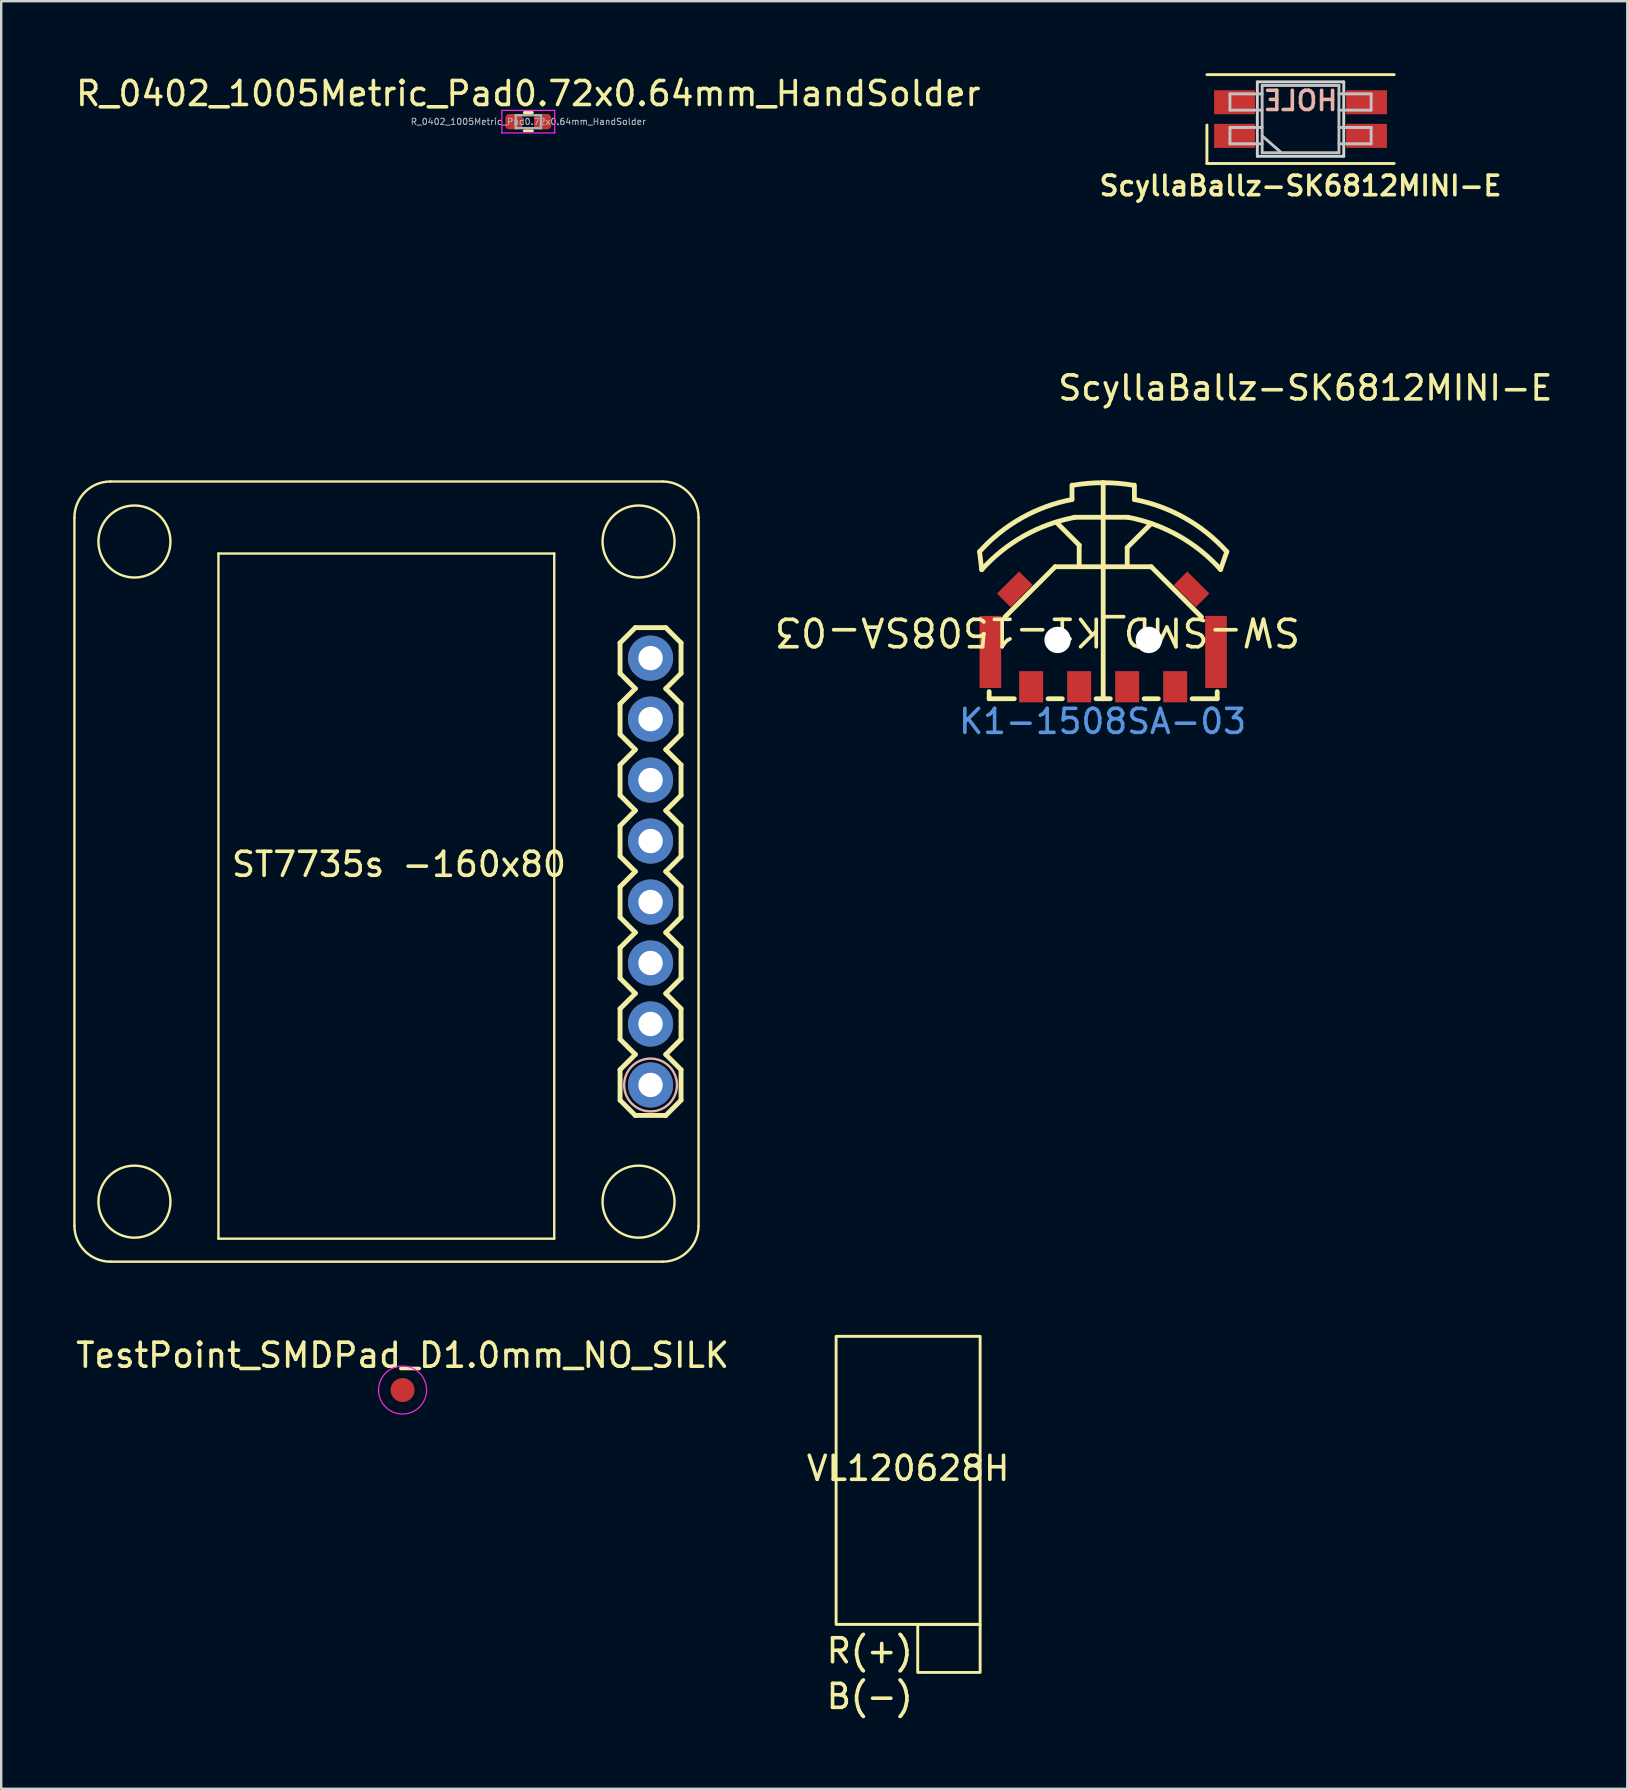
<source format=kicad_pcb>
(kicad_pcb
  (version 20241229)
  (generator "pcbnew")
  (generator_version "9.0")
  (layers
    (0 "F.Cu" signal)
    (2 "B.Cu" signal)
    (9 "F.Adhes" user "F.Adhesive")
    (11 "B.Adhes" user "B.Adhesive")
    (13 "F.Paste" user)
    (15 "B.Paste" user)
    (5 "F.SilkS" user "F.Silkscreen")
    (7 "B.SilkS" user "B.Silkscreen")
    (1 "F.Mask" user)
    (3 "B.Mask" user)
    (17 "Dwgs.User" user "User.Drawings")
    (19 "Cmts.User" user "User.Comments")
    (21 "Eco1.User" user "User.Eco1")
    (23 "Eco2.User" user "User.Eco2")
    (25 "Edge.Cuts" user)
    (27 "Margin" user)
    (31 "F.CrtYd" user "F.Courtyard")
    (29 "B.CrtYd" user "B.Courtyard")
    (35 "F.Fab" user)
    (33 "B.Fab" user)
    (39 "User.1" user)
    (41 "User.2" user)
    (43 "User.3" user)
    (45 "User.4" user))
  (footprint "VL120628H"
    (layer "F.Cu")
    (at 34.78 58.618)
    (property "Reference" "VL120628H" (at 0 -0.5 0) (unlocked yes) (layer "F.SilkS") (effects (font (size 1 1) (thickness 0.15))))
    (fp_rect (start -3 -6) (end 3 6) (stroke (width 0.12) (type solid)) (fill no) (layer "F.SilkS"))
    (fp_rect (start 3 6) (end 0.4 8) (stroke (width 0.12) (type solid)) (fill no) (layer "F.SilkS"))
    (fp_text user "R(+)" (at -1.6 7.1 0) (unlocked yes) (layer "F.SilkS") (effects (font (size 1 1) (thickness 0.15))))
    (fp_text user "B(-)" (at -1.6 9 0) (unlocked yes) (layer "F.SilkS") (effects (font (size 1 1) (thickness 0.15)))))
  (footprint "TestPoint_SMDPad_D1.0mm_NO_SILK"
    (layer "F.Cu")
    (at 13.72 54.855)
    (property "Reference" "TestPoint_SMDPad_D1.0mm_NO_SILK" (at 0 -1.448 0) (layer "F.SilkS") (effects (font (size 1 1) (thickness 0.15))))
    (attr exclude_from_pos_files exclude_from_bom)
    (fp_circle (center 0 0) (end 1 0) (stroke (width 0.05) (type solid)) (fill no) (layer "F.CrtYd"))
    (pad "1" smd circle (at 0 0 180) (size 1 1) (layers "F.Cu" "F.Mask")))
  (footprint "ScyllaBallz-SK6812MINI-E"
    (layer "F.Cu")
    (at 51.127 1.91)
    (property "Reference" "ScyllaBallz-SK6812MINI-E" (at 0.2 11.2 0) (layer "F.SilkS") (effects (font (size 1 1) (thickness 0.15))))
    (attr through_hole)
    (fp_line (start -3.9 0.25) (end -3.9 1.85) (stroke (width 0.12) (type solid)) (layer "F.SilkS"))
    (fp_line (start -3.9 1.85) (end 3.9 1.85) (stroke (width 0.12) (type solid)) (layer "F.SilkS"))
    (fp_line (start 3.9 -1.85) (end -3.9 -1.85) (stroke (width 0.12) (type solid)) (layer "F.SilkS"))
    (fp_line (start -2.94 -1.05) (end -2.94 -0.37) (stroke (width 0.12) (type solid)) (layer "Dwgs.User"))
    (fp_line (start -2.94 -0.37) (end -1.6 -0.37) (stroke (width 0.12) (type solid)) (layer "Dwgs.User"))
    (fp_line (start -2.94 0.35) (end -2.94 1.03) (stroke (width 0.12) (type solid)) (layer "Dwgs.User"))
    (fp_line (start -2.94 1.03) (end -1.6 1.03) (stroke (width 0.12) (type solid)) (layer "Dwgs.User"))
    (fp_line (start -1.6 -1.4) (end -1.6 1.4) (stroke (width 0.12) (type solid)) (layer "Dwgs.User"))
    (fp_line (start -1.6 -1.4) (end 1.6 -1.4) (stroke (width 0.12) (type solid)) (layer "Dwgs.User"))
    (fp_line (start -1.6 -1.05) (end -2.94 -1.05) (stroke (width 0.12) (type solid)) (layer "Dwgs.User"))
    (fp_line (start -1.6 0.35) (end -2.94 0.35) (stroke (width 0.12) (type solid)) (layer "Dwgs.User"))
    (fp_line (start -1.6 0.7) (end -0.8 1.4) (stroke (width 0.12) (type solid)) (layer "Dwgs.User"))
    (fp_line (start -1.6 1.4) (end 1.6 1.4) (stroke (width 0.12) (type solid)) (layer "Dwgs.User"))
    (fp_line (start 1.6 -1.4) (end 1.6 1.4) (stroke (width 0.12) (type solid)) (layer "Dwgs.User"))
    (fp_line (start 1.6 -0.37) (end 2.94 -0.37) (stroke (width 0.12) (type solid)) (layer "Dwgs.User"))
    (fp_line (start 1.6 1.03) (end 2.94 1.03) (stroke (width 0.12) (type solid)) (layer "Dwgs.User"))
    (fp_line (start 2.94 -1.05) (end 1.6 -1.05) (stroke (width 0.12) (type solid)) (layer "Dwgs.User"))
    (fp_line (start 2.94 -0.37) (end 2.94 -1.05) (stroke (width 0.12) (type solid)) (layer "Dwgs.User"))
    (fp_line (start 2.94 0.35) (end 1.6 0.35) (stroke (width 0.12) (type solid)) (layer "Dwgs.User"))
    (fp_line (start 2.94 1.03) (end 2.94 0.35) (stroke (width 0.12) (type solid)) (layer "Dwgs.User"))
    (fp_line (start -1.8 -1.55) (end -1.8 1.55) (stroke (width 0.12) (type solid)) (layer "Edge.Cuts"))
    (fp_line (start -1.8 1.55) (end 1.8 1.55) (stroke (width 0.12) (type solid)) (layer "Edge.Cuts"))
    (fp_line (start 1.8 -1.55) (end -1.8 -1.55) (stroke (width 0.12) (type solid)) (layer "Edge.Cuts"))
    (fp_line (start 1.8 1.55) (end 1.8 -1.55) (stroke (width 0.12) (type solid)) (layer "Edge.Cuts"))
    (fp_text user "${REFERENCE}" (at 0 2.781 0) (layer "F.SilkS") (effects (font (size 0.813 0.813) (thickness 0.152))))
    (fp_text user "HOLE" (at 0 -0.762 0) (layer "B.SilkS") (effects (font (size 0.8 0.8) (thickness 0.15)) (justify mirror)))
    (pad "1" smd rect (at -2.75 0.7) (size 1.7 1) (layers "F.Cu" "F.Mask" "F.Paste"))
    (pad "2" smd rect (at -2.75 -0.7) (size 1.7 1) (layers "F.Cu" "F.Mask" "F.Paste"))
    (pad "3" smd rect (at 2.75 -0.7) (size 1.7 1) (layers "F.Cu" "F.Mask" "F.Paste"))
    (pad "4" smd rect (at 2.75 0.7) (size 1.7 1) (layers "F.Cu" "F.Mask" "F.Paste")))
  (footprint "SW-SMD_K1-1508SA-03"
    (layer "F.Cu")
    (at 42.906 23.528)
    (property "Reference" "SW-SMD_K1-1508SA-03" (at 8.301 -0.259 180) (unlocked yes) (layer "F.SilkS") (effects (font (size 1.143 1.143) (thickness 0.152)) (justify left)))
    (attr smd)
    (fp_line (start -5.15 -3.597) (end -5.06 -2.847) (stroke (width 0.2) (type solid)) (layer "F.SilkS"))
    (fp_line (start -4.75 2.53) (end -4.75 2.234) (stroke (width 0.2) (type solid)) (layer "F.SilkS"))
    (fp_line (start -4.75 2.53) (end -3.704 2.53) (stroke (width 0.2) (type solid)) (layer "F.SilkS"))
    (fp_line (start -2.296 2.53) (end -1.704 2.53) (stroke (width 0.2) (type solid)) (layer "F.SilkS"))
    (fp_line (start -2 -2.97) (end -4.097 -0.873) (stroke (width 0.2) (type solid)) (layer "F.SilkS"))
    (fp_line (start -2 -2.97) (end 2 -2.97) (stroke (width 0.2) (type solid)) (layer "F.SilkS"))
    (fp_line (start -1.95 -4.82) (end -1 -3.87) (stroke (width 0.2) (type solid)) (layer "F.SilkS"))
    (fp_line (start -1.3 -6.37) (end -1.3 -5.77) (stroke (width 0.2) (type solid)) (layer "F.SilkS"))
    (fp_line (start -1.201 -5.029) (end 1.04 -5.029) (stroke (width 0.2) (type solid)) (layer "F.SilkS"))
    (fp_line (start -1 -3.87) (end -1 -2.97) (stroke (width 0.2) (type solid)) (layer "F.SilkS"))
    (fp_line (start -0.296 2.53) (end 0.296 2.53) (stroke (width 0.2) (type solid)) (layer "F.SilkS"))
    (fp_line (start 0 2.53) (end 0 -6.47) (stroke (width 0.2) (type solid)) (layer "F.SilkS"))
    (fp_line (start 1 -3.77) (end 2 -4.77) (stroke (width 0.2) (type solid)) (layer "F.SilkS"))
    (fp_line (start 1 -2.97) (end 1 -3.77) (stroke (width 0.2) (type solid)) (layer "F.SilkS"))
    (fp_line (start 1.3 -6.37) (end 1.3 -5.77) (stroke (width 0.2) (type solid)) (layer "F.SilkS"))
    (fp_line (start 1.704 2.53) (end 2.296 2.53) (stroke (width 0.2) (type solid)) (layer "F.SilkS"))
    (fp_line (start 2 -2.97) (end 4.097 -0.873) (stroke (width 0.2) (type solid)) (layer "F.SilkS"))
    (fp_line (start 3.704 2.53) (end 4.75 2.53) (stroke (width 0.2) (type solid)) (layer "F.SilkS"))
    (fp_line (start 4.75 2.53) (end 4.75 2.234) (stroke (width 0.2) (type solid)) (layer "F.SilkS"))
    (fp_line (start 5.149 -3.596) (end 4.89 -2.856) (stroke (width 0.2) (type solid)) (layer "F.SilkS"))
    (fp_arc (start -5.15 -3.597) (mid -3.403025 -4.999183) (end -1.299783 -5.770161) (stroke (width 0.2) (type solid)) (layer "F.SilkS"))
    (fp_arc (start -5.06 -2.847) (mid -3.313026 -4.249183) (end -1.209783 -5.020161) (stroke (width 0.2) (type solid)) (layer "F.SilkS"))
    (fp_arc (start -1.274 -6.361) (mid -0.63914 -6.442629) (end 0.000369 -6.469827) (stroke (width 0.2) (type solid)) (layer "F.SilkS"))
    (fp_arc (start -1.21 -5.02) (mid -1.207364 -5.026364) (end -1.201 -5.029) (stroke (width 0.2) (type solid)) (layer "F.SilkS"))
    (fp_arc (start 0 -6.47) (mid 0.639453 -6.44269) (end 1.274249 -6.36096) (stroke (width 0.2) (type solid)) (layer "F.SilkS"))
    (fp_arc (start 1.04 -5.029) (mid 3.143127 -4.257991) (end 4.889994 -2.85583) (stroke (width 0.2) (type solid)) (layer "F.SilkS"))
    (fp_arc (start 1.299 -5.77) (mid 3.402499 -4.998909) (end 5.14968 -3.596537) (stroke (width 0.2) (type solid)) (layer "F.SilkS"))
    (fp_text user "K1-1508SA-03" (at -0.025 3.475 180) (layer "Cmts.User") (effects (font (size 1 1) (thickness 0.15))))
    (pad "" np_thru_hole circle (at -1.9 0.08) (size 1.1 1.1) (drill 1.1) (layers "*.Cu" "*.Mask"))
    (pad "" np_thru_hole circle (at 1.9 0.08) (size 1.1 1.1) (drill 1.1) (layers "*.Cu" "*.Mask"))
    (pad "1" smd rect (at -3 2.03 270) (size 1.3 1) (layers "F.Cu" "F.Mask" "F.Paste"))
    (pad "2" smd rect (at 3 2.03 270) (size 1.3 1) (layers "F.Cu" "F.Mask" "F.Paste"))
    (pad "5" smd rect (at -4.7 0.58 270) (size 3 0.9) (layers "F.Cu" "F.Mask" "F.Paste"))
    (pad "6" smd rect (at 4.7 0.58 270) (size 3 0.9) (layers "F.Cu" "F.Mask" "F.Paste"))
    (pad "7" smd rect (at -3.68 -2.03 45) (size 1.3 0.8) (layers "F.Cu" "F.Mask" "F.Paste"))
    (pad "8" smd rect (at 3.68 -2.03 135) (size 1.3 0.8) (layers "F.Cu" "F.Mask" "F.Paste"))
    (pad "C" smd rect (at -1 2.03 270) (size 1.3 1) (layers "F.Cu" "F.Mask" "F.Paste"))
    (pad "T" smd rect (at 1 2.03 270) (size 1.3 1) (layers "F.Cu" "F.Mask" "F.Paste")))
  (footprint "ST7735s -160x80"
    (layer "F.Cu")
    (at 13.57 33.456)
    (property "Reference" "ST7735s -160x80" (at 0 -0.5 0) (unlocked yes) (layer "F.SilkS") (effects (font (size 1 1) (thickness 0.15))))
    (attr smd)
    (fp_line (start -13.52 -14.948) (end -13.52 14.552) (stroke (width 0.1) (type solid)) (layer "F.SilkS"))
    (fp_line (start -12.02 16.052) (end 10.98 16.052) (stroke (width 0.1) (type solid)) (layer "F.SilkS"))
    (fp_line (start -7.52 -13.448) (end -7.52 15.093) (stroke (width 0.1) (type solid)) (layer "F.SilkS"))
    (fp_line (start -7.52 15.093) (end 6.468 15.093) (stroke (width 0.1) (type solid)) (layer "F.SilkS"))
    (fp_line (start 6.468 -13.448) (end -7.52 -13.448) (stroke (width 0.1) (type solid)) (layer "F.SilkS"))
    (fp_line (start 6.468 15.093) (end 6.468 -13.448) (stroke (width 0.1) (type solid)) (layer "F.SilkS"))
    (fp_line (start 9.21 -9.725) (end 9.845 -10.36) (stroke (width 0.203) (type solid)) (layer "F.SilkS"))
    (fp_line (start 9.21 -8.455) (end 9.21 -9.725) (stroke (width 0.203) (type solid)) (layer "F.SilkS"))
    (fp_line (start 9.21 -8.455) (end 9.845 -7.82) (stroke (width 0.203) (type solid)) (layer "F.SilkS"))
    (fp_line (start 9.21 -7.185) (end 9.845 -7.82) (stroke (width 0.203) (type solid)) (layer "F.SilkS"))
    (fp_line (start 9.21 -5.915) (end 9.21 -7.185) (stroke (width 0.203) (type solid)) (layer "F.SilkS"))
    (fp_line (start 9.21 -5.915) (end 9.845 -5.28) (stroke (width 0.203) (type solid)) (layer "F.SilkS"))
    (fp_line (start 9.21 -4.645) (end 9.845 -5.28) (stroke (width 0.203) (type solid)) (layer "F.SilkS"))
    (fp_line (start 9.21 -3.375) (end 9.21 -4.645) (stroke (width 0.203) (type solid)) (layer "F.SilkS"))
    (fp_line (start 9.21 -2.105) (end 9.845 -2.74) (stroke (width 0.203) (type solid)) (layer "F.SilkS"))
    (fp_line (start 9.21 -0.835) (end 9.21 -2.105) (stroke (width 0.203) (type solid)) (layer "F.SilkS"))
    (fp_line (start 9.21 0.435) (end 9.845 -0.2) (stroke (width 0.203) (type solid)) (layer "F.SilkS"))
    (fp_line (start 9.21 1.705) (end 9.21 0.435) (stroke (width 0.203) (type solid)) (layer "F.SilkS"))
    (fp_line (start 9.21 1.705) (end 9.845 2.34) (stroke (width 0.203) (type solid)) (layer "F.SilkS"))
    (fp_line (start 9.21 2.975) (end 9.845 2.34) (stroke (width 0.203) (type solid)) (layer "F.SilkS"))
    (fp_line (start 9.21 4.245) (end 9.21 2.975) (stroke (width 0.203) (type solid)) (layer "F.SilkS"))
    (fp_line (start 9.21 5.515) (end 9.845 4.88) (stroke (width 0.203) (type solid)) (layer "F.SilkS"))
    (fp_line (start 9.21 6.785) (end 9.21 5.515) (stroke (width 0.203) (type solid)) (layer "F.SilkS"))
    (fp_line (start 9.21 8.055) (end 9.845 7.42) (stroke (width 0.203) (type solid)) (layer "F.SilkS"))
    (fp_line (start 9.21 9.325) (end 9.21 8.055) (stroke (width 0.203) (type solid)) (layer "F.SilkS"))
    (fp_line (start 9.21 9.325) (end 9.845 9.96) (stroke (width 0.203) (type solid)) (layer "F.SilkS"))
    (fp_line (start 9.845 -10.36) (end 11.115 -10.36) (stroke (width 0.203) (type solid)) (layer "F.SilkS"))
    (fp_line (start 9.845 -2.74) (end 9.21 -3.375) (stroke (width 0.203) (type solid)) (layer "F.SilkS"))
    (fp_line (start 9.845 -0.2) (end 9.21 -0.835) (stroke (width 0.203) (type solid)) (layer "F.SilkS"))
    (fp_line (start 9.845 4.88) (end 9.21 4.245) (stroke (width 0.203) (type solid)) (layer "F.SilkS"))
    (fp_line (start 9.845 7.42) (end 9.21 6.785) (stroke (width 0.203) (type solid)) (layer "F.SilkS"))
    (fp_line (start 9.845 9.96) (end 11.115 9.96) (stroke (width 0.203) (type solid)) (layer "F.SilkS"))
    (fp_line (start 10.98 -16.448) (end -12.02 -16.448) (stroke (width 0.1) (type solid)) (layer "F.SilkS"))
    (fp_line (start 11.115 -10.36) (end 11.75 -9.725) (stroke (width 0.203) (type solid)) (layer "F.SilkS"))
    (fp_line (start 11.115 -7.82) (end 11.75 -8.455) (stroke (width 0.203) (type solid)) (layer "F.SilkS"))
    (fp_line (start 11.115 -7.82) (end 11.75 -7.185) (stroke (width 0.203) (type solid)) (layer "F.SilkS"))
    (fp_line (start 11.115 -5.28) (end 11.75 -5.915) (stroke (width 0.203) (type solid)) (layer "F.SilkS"))
    (fp_line (start 11.115 -5.28) (end 11.75 -4.645) (stroke (width 0.203) (type solid)) (layer "F.SilkS"))
    (fp_line (start 11.115 -2.74) (end 11.75 -2.105) (stroke (width 0.203) (type solid)) (layer "F.SilkS"))
    (fp_line (start 11.115 -0.2) (end 11.75 0.435) (stroke (width 0.203) (type solid)) (layer "F.SilkS"))
    (fp_line (start 11.115 2.34) (end 11.75 1.705) (stroke (width 0.203) (type solid)) (layer "F.SilkS"))
    (fp_line (start 11.115 2.34) (end 11.75 2.975) (stroke (width 0.203) (type solid)) (layer "F.SilkS"))
    (fp_line (start 11.115 4.88) (end 11.75 5.515) (stroke (width 0.203) (type solid)) (layer "F.SilkS"))
    (fp_line (start 11.115 7.42) (end 11.75 8.055) (stroke (width 0.203) (type solid)) (layer "F.SilkS"))
    (fp_line (start 11.115 9.96) (end 11.75 9.325) (stroke (width 0.203) (type solid)) (layer "F.SilkS"))
    (fp_line (start 11.75 -9.725) (end 11.75 -8.455) (stroke (width 0.203) (type solid)) (layer "F.SilkS"))
    (fp_line (start 11.75 -7.185) (end 11.75 -5.915) (stroke (width 0.203) (type solid)) (layer "F.SilkS"))
    (fp_line (start 11.75 -4.645) (end 11.75 -3.375) (stroke (width 0.203) (type solid)) (layer "F.SilkS"))
    (fp_line (start 11.75 -3.375) (end 11.115 -2.74) (stroke (width 0.203) (type solid)) (layer "F.SilkS"))
    (fp_line (start 11.75 -2.105) (end 11.75 -0.835) (stroke (width 0.203) (type solid)) (layer "F.SilkS"))
    (fp_line (start 11.75 -0.835) (end 11.115 -0.2) (stroke (width 0.203) (type solid)) (layer "F.SilkS"))
    (fp_line (start 11.75 0.435) (end 11.75 1.705) (stroke (width 0.203) (type solid)) (layer "F.SilkS"))
    (fp_line (start 11.75 2.975) (end 11.75 4.245) (stroke (width 0.203) (type solid)) (layer "F.SilkS"))
    (fp_line (start 11.75 4.245) (end 11.115 4.88) (stroke (width 0.203) (type solid)) (layer "F.SilkS"))
    (fp_line (start 11.75 5.515) (end 11.75 6.785) (stroke (width 0.203) (type solid)) (layer "F.SilkS"))
    (fp_line (start 11.75 6.785) (end 11.115 7.42) (stroke (width 0.203) (type solid)) (layer "F.SilkS"))
    (fp_line (start 11.75 8.055) (end 11.75 9.325) (stroke (width 0.203) (type solid)) (layer "F.SilkS"))
    (fp_line (start 12.48 14.552) (end 12.48 -14.948) (stroke (width 0.1) (type solid)) (layer "F.SilkS"))
    (fp_arc (start -13.52 -14.948) (mid -13.08066 -16.00866) (end -12.02 -16.448) (stroke (width 0.1) (type solid)) (layer "F.SilkS"))
    (fp_arc (start -12.02 16.052) (mid -13.08066 15.61266) (end -13.52 14.552) (stroke (width 0.1) (type solid)) (layer "F.SilkS"))
    (fp_arc (start 10.98 -16.448) (mid 12.04066 -16.00866) (end 12.48 -14.948) (stroke (width 0.1) (type solid)) (layer "F.SilkS"))
    (fp_arc (start 12.48 14.552) (mid 12.04066 15.61266) (end 10.98 16.052) (stroke (width 0.1) (type solid)) (layer "F.SilkS"))
    (fp_circle (center -11.02 -13.948) (end -11.02 -12.448) (stroke (width 0.1) (type solid)) (fill no) (layer "F.SilkS"))
    (fp_circle (center -11.02 13.552) (end -11.02 15.052) (stroke (width 0.1) (type solid)) (fill no) (layer "F.SilkS"))
    (fp_circle (center 9.98 -13.948) (end 9.98 -12.448) (stroke (width 0.1) (type solid)) (fill no) (layer "F.SilkS"))
    (fp_circle (center 9.98 13.552) (end 9.98 15.052) (stroke (width 0.1) (type solid)) (fill no) (layer "F.SilkS"))
    (fp_circle (center 10.48 8.692) (end 11.58 8.692) (stroke (width 0.1) (type solid)) (fill no) (layer "B.SilkS"))
    (pad "1" thru_hole circle (at 10.48 8.69 90) (size 1.88 1.88) (drill 1.016) (layers "*.Cu" "*.Mask"))
    (pad "2" thru_hole circle (at 10.48 6.15 90) (size 1.88 1.88) (drill 1.016) (layers "*.Cu" "*.Mask"))
    (pad "3" thru_hole circle (at 10.48 3.61 90) (size 1.88 1.88) (drill 1.016) (layers "*.Cu" "*.Mask"))
    (pad "4" thru_hole circle (at 10.48 1.07 90) (size 1.88 1.88) (drill 1.016) (layers "*.Cu" "*.Mask"))
    (pad "5" thru_hole circle (at 10.48 -1.47 90) (size 1.88 1.88) (drill 1.016) (layers "*.Cu" "*.Mask"))
    (pad "6" thru_hole circle (at 10.48 -4.01 90) (size 1.88 1.88) (drill 1.016) (layers "*.Cu" "*.Mask"))
    (pad "7" thru_hole circle (at 10.48 -6.55 90) (size 1.88 1.88) (drill 1.016) (layers "*.Cu" "*.Mask"))
    (pad "8" thru_hole circle (at 10.48 -9.09 90) (size 1.88 1.88) (drill 1.016) (layers "*.Cu" "*.Mask")))
  (footprint "R_0402_1005Metric_Pad0.72x0.64mm_HandSolder"
    (layer "F.Cu")
    (at 18.958 2.018)
    (property "Reference" "R_0402_1005Metric_Pad0.72x0.64mm_HandSolder" (at 0 -1.17 0) (layer "F.SilkS") (effects (font (size 1 1) (thickness 0.15))))
    (attr smd)
    (fp_line (start -0.168 -0.38) (end 0.168 -0.38) (stroke (width 0.12) (type solid)) (layer "F.SilkS"))
    (fp_line (start -0.168 0.38) (end 0.168 0.38) (stroke (width 0.12) (type solid)) (layer "F.SilkS"))
    (fp_line (start -1.1 -0.47) (end 1.1 -0.47) (stroke (width 0.05) (type solid)) (layer "F.CrtYd"))
    (fp_line (start -1.1 0.47) (end -1.1 -0.47) (stroke (width 0.05) (type solid)) (layer "F.CrtYd"))
    (fp_line (start 1.1 -0.47) (end 1.1 0.47) (stroke (width 0.05) (type solid)) (layer "F.CrtYd"))
    (fp_line (start 1.1 0.47) (end -1.1 0.47) (stroke (width 0.05) (type solid)) (layer "F.CrtYd"))
    (fp_line (start -0.525 -0.27) (end 0.525 -0.27) (stroke (width 0.1) (type solid)) (layer "F.Fab"))
    (fp_line (start -0.525 0.27) (end -0.525 -0.27) (stroke (width 0.1) (type solid)) (layer "F.Fab"))
    (fp_line (start 0.525 -0.27) (end 0.525 0.27) (stroke (width 0.1) (type solid)) (layer "F.Fab"))
    (fp_line (start 0.525 0.27) (end -0.525 0.27) (stroke (width 0.1) (type solid)) (layer "F.Fab"))
    (fp_text user "${REFERENCE}" (at 0 0 0) (layer "F.Fab") (effects (font (size 0.26 0.26) (thickness 0.04))))
    (pad "1" smd roundrect (at -0.598 0) (size 0.715 0.64) (layers "F.Cu" "F.Mask" "F.Paste") (roundrect_rratio 0.25))
    (pad "2" smd roundrect (at 0.598 0) (size 0.715 0.64) (layers "F.Cu" "F.Mask" "F.Paste") (roundrect_rratio 0.25)))
  (gr_rect
    (start -3 -3)
    (end 64.738 71.466)
    (stroke (width 0.1) (type default))
    (fill no)
    (layer "Edge.Cuts")))
</source>
